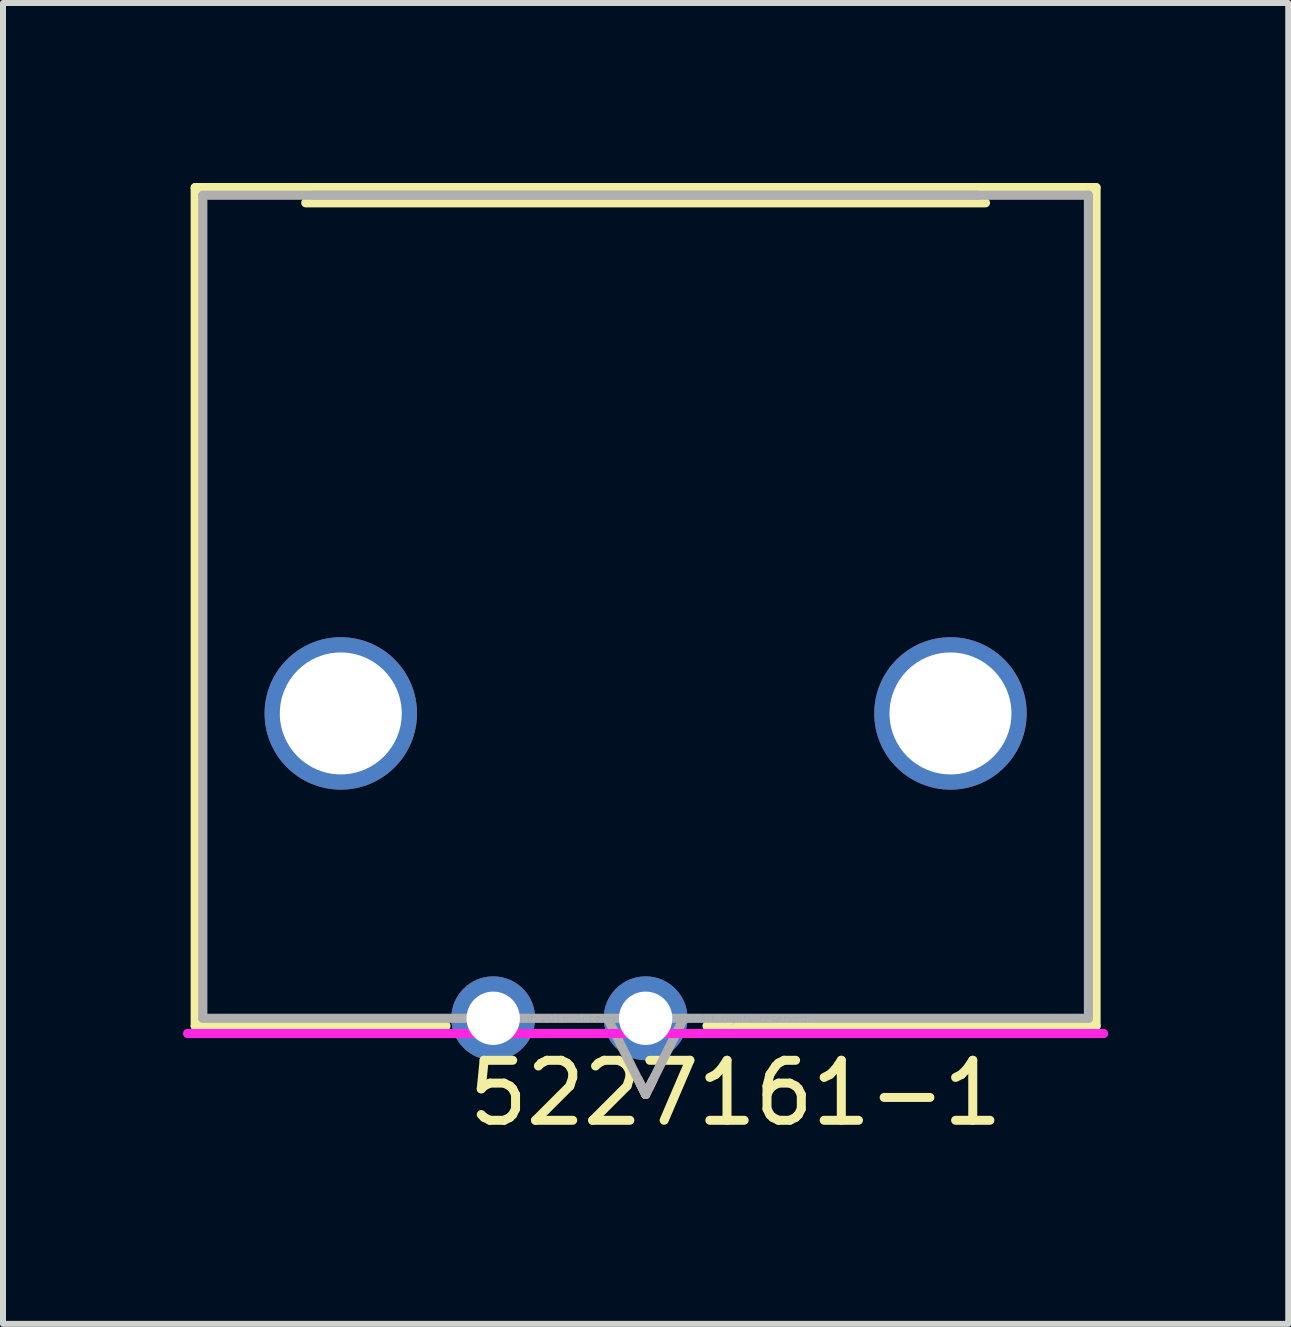
<source format=kicad_pcb>
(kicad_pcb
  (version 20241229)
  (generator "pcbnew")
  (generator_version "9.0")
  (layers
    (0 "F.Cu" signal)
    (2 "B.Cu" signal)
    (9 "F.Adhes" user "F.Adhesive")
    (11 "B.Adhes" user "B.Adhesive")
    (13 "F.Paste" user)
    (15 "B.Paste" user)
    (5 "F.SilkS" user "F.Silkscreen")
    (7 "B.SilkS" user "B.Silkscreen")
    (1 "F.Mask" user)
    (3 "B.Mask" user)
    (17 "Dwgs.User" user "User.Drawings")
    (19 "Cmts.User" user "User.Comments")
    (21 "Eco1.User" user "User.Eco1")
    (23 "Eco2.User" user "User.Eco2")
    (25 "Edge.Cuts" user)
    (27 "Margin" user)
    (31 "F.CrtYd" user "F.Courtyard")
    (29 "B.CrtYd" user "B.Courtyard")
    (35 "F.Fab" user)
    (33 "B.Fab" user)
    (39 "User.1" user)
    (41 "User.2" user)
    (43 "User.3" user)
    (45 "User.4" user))
  (footprint "5227161-1"
    (layer "F.Cu")
    (at 7.709 13.919)
    (property "Reference" "5227161-1" (at 1.499 1.245 0) (layer "F.SilkS") (effects (font (size 1 1) (thickness 0.15))))
    (attr through_hole)
    (fp_line (start -7.506 -13.843) (end -7.506 0.127) (stroke (width 0.152) (type solid)) (layer "F.SilkS"))
    (fp_line (start -7.506 0.127) (end -3.327 0.127) (stroke (width 0.152) (type solid)) (layer "F.SilkS"))
    (fp_line (start -5.664 -13.589) (end 5.664 -13.589) (stroke (width 0.152) (type solid)) (layer "F.SilkS"))
    (fp_line (start -0.123 1.024) (end 0 1.27) (stroke (width 0.152) (type solid)) (layer "F.SilkS"))
    (fp_line (start 0.123 1.024) (end 0 1.27) (stroke (width 0.152) (type solid)) (layer "F.SilkS"))
    (fp_line (start 1.023 0.127) (end 7.506 0.127) (stroke (width 0.152) (type solid)) (layer "F.SilkS"))
    (fp_line (start 7.506 -13.843) (end -7.506 -13.843) (stroke (width 0.152) (type solid)) (layer "F.SilkS"))
    (fp_line (start 7.506 0.127) (end 7.506 -13.843) (stroke (width 0.152) (type solid)) (layer "F.SilkS"))
    (fp_line (start -7.633 0.254) (end 7.633 0.254) (stroke (width 0.152) (type solid)) (layer "F.CrtYd"))
    (fp_line (start -7.379 -13.716) (end -7.379 0) (stroke (width 0.152) (type solid)) (layer "F.Fab"))
    (fp_line (start -7.379 0) (end 7.379 0) (stroke (width 0.152) (type solid)) (layer "F.Fab"))
    (fp_line (start -5.537 -13.716) (end 5.537 -13.716) (stroke (width 0.152) (type solid)) (layer "F.Fab"))
    (fp_line (start -0.635 0) (end 0 1.27) (stroke (width 0.152) (type solid)) (layer "F.Fab"))
    (fp_line (start 0.635 0) (end 0 1.27) (stroke (width 0.152) (type solid)) (layer "F.Fab"))
    (fp_line (start 7.379 -13.716) (end -7.379 -13.716) (stroke (width 0.152) (type solid)) (layer "F.Fab"))
    (fp_line (start 7.379 0) (end 7.379 -13.716) (stroke (width 0.152) (type solid)) (layer "F.Fab"))
    (fp_text user "Copyright 2016 Accelerated Designs. All rights reserved." (at 0 0 0) (layer "Cmts.User") (effects (font (size 0.127 0.127) (thickness 0.002))))
    (pad "1" thru_hole circle (at 0 0) (size 1.397 1.397) (drill 0.889) (layers "*.Cu" "*.Mask"))
    (pad "2" thru_hole circle (at -2.54 0) (size 1.397 1.397) (drill 0.889) (layers "*.Cu" "*.Mask"))
    (pad "3" thru_hole circle (at -5.08 -5.08) (size 2.54 2.54) (drill 2.032) (layers "*.Cu" "*.Mask"))
    (pad "4" thru_hole circle (at 5.08 -5.08) (size 2.54 2.54) (drill 2.032) (layers "*.Cu" "*.Mask")))
  (gr_rect
    (start -3 -3)
    (end 18.418 19.012)
    (stroke (width 0.1) (type default))
    (fill no)
    (layer "Edge.Cuts")))
</source>
